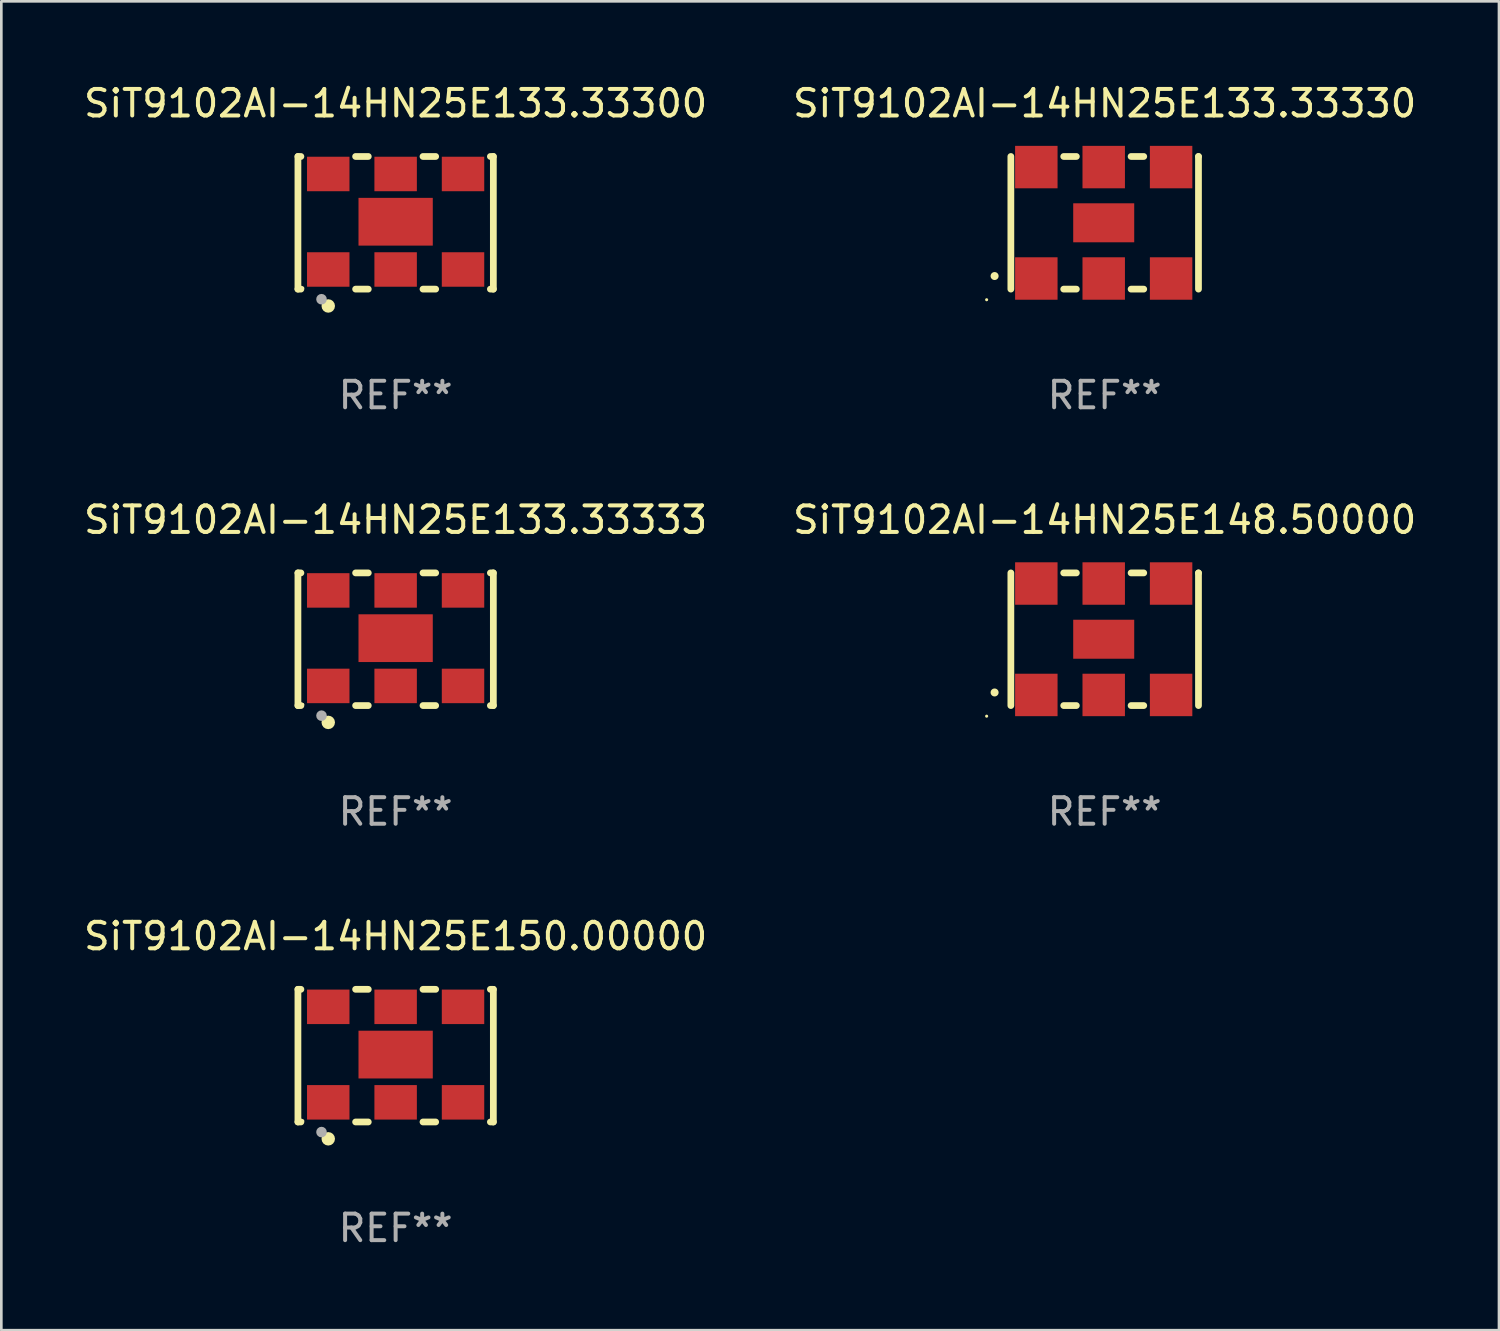
<source format=kicad_pcb>
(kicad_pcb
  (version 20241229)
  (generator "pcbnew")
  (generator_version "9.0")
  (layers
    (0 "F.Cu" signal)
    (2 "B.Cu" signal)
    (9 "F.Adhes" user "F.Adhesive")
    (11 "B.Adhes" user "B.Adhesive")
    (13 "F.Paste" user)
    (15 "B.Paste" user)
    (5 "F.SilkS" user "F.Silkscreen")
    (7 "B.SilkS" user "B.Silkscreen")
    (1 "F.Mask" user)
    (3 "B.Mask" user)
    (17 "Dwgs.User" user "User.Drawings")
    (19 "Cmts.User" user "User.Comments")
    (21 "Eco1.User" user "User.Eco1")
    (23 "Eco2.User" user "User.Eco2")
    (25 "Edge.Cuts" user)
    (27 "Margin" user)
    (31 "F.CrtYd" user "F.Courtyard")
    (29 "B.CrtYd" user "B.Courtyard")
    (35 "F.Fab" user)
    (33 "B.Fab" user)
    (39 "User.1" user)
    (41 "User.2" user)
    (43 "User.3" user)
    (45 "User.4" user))
  (footprint "SiT9102AI-14HN25E133.33333"
    (layer "F.Cu")
    (at 11.863 21.045)
    (property "Reference" "SiT9102AI-14HN25E133.33333" (at 0 -4.5 0) (layer "F.SilkS") (effects (font (size 1 1) (thickness 0.15))))
    (attr through_hole)
    (fp_line (start -3.683 -2.5) (end -3.571 -2.5) (stroke (width 0.254) (type solid)) (layer "F.SilkS"))
    (fp_line (start -3.683 2.5) (end -3.683 -2.5) (stroke (width 0.254) (type solid)) (layer "F.SilkS"))
    (fp_line (start -3.683 2.5) (end -3.571 2.5) (stroke (width 0.254) (type solid)) (layer "F.SilkS"))
    (fp_line (start -1.509 -2.5) (end -1.031 -2.5) (stroke (width 0.254) (type solid)) (layer "F.SilkS"))
    (fp_line (start -1.509 2.5) (end -1.031 2.5) (stroke (width 0.254) (type solid)) (layer "F.SilkS"))
    (fp_line (start 1.031 -2.5) (end 1.509 -2.5) (stroke (width 0.254) (type solid)) (layer "F.SilkS"))
    (fp_line (start 1.031 2.5) (end 1.509 2.5) (stroke (width 0.254) (type solid)) (layer "F.SilkS"))
    (fp_line (start 3.571 -2.5) (end 3.683 -2.5) (stroke (width 0.254) (type solid)) (layer "F.SilkS"))
    (fp_line (start 3.571 2.5) (end 3.683 2.5) (stroke (width 0.254) (type solid)) (layer "F.SilkS"))
    (fp_line (start 3.683 2.5) (end 3.683 -2.5) (stroke (width 0.254) (type solid)) (layer "F.SilkS"))
    (fp_circle (center -3.5 2.46) (end -3.47 2.46) (stroke (width 0.06) (type solid)) (fill no) (layer "F.SilkS"))
    (fp_circle (center -2.54 3.135) (end -2.413 3.135) (stroke (width 0.254) (type solid)) (fill no) (layer "F.SilkS"))
    (fp_circle (center -2.794 2.881) (end -2.694 2.881) (stroke (width 0.2) (type solid)) (fill no) (layer "F.Fab"))
    (fp_text user "REF**" (at 0 6.5 0) (layer "F.Fab") (effects (font (size 1 1) (thickness 0.15))))
    (pad "1" smd rect (at -2.54 1.76) (size 1.6 1.3) (layers "F.Cu" "F.Mask" "F.Paste"))
    (pad "2" smd rect (at 0 1.76) (size 1.6 1.3) (layers "F.Cu" "F.Mask" "F.Paste"))
    (pad "3" smd rect (at 2.54 1.76) (size 1.6 1.3) (layers "F.Cu" "F.Mask" "F.Paste"))
    (pad "4" smd rect (at 2.54 -1.84) (size 1.6 1.3) (layers "F.Cu" "F.Mask" "F.Paste"))
    (pad "5" smd rect (at 0 -1.84) (size 1.6 1.3) (layers "F.Cu" "F.Mask" "F.Paste"))
    (pad "6" smd rect (at -2.54 -1.84) (size 1.6 1.3) (layers "F.Cu" "F.Mask" "F.Paste"))
    (pad "7" smd rect (at 0 -0.04) (size 2.8 1.8) (layers "F.Cu" "F.Mask" "F.Paste")))
  (footprint "SiT9102AI-14HN25E133.33330"
    (layer "F.Cu")
    (at 38.589 5.348)
    (property "Reference" "SiT9102AI-14HN25E133.33330" (at 0 -4.5 0) (layer "F.SilkS") (effects (font (size 1 1) (thickness 0.15))))
    (attr through_hole)
    (fp_line (start -3.536 -2.5) (end -3.536 2.5) (stroke (width 0.254) (type solid)) (layer "F.SilkS"))
    (fp_line (start -1.544 2.5) (end -1.067 2.5) (stroke (width 0.254) (type solid)) (layer "F.SilkS"))
    (fp_line (start -1.067 -2.5) (end -1.544 -2.5) (stroke (width 0.254) (type solid)) (layer "F.SilkS"))
    (fp_line (start 0.996 2.5) (end 1.473 2.5) (stroke (width 0.254) (type solid)) (layer "F.SilkS"))
    (fp_line (start 1.473 -2.5) (end 0.996 -2.5) (stroke (width 0.254) (type solid)) (layer "F.SilkS"))
    (fp_line (start 3.536 -2.5) (end 3.536 -2.5) (stroke (width 0.254) (type solid)) (layer "F.SilkS"))
    (fp_line (start 3.536 2.5) (end 3.536 -2.5) (stroke (width 0.254) (type solid)) (layer "F.SilkS"))
    (fp_arc (start -4.150432 2.006604) (mid -4.149162 2.006599) (end -4.147892 2.006604) (stroke (width 0.3) (type solid)) (layer "F.SilkS"))
    (fp_circle (center -4.449 2.9) (end -4.419 2.9) (stroke (width 0.06) (type solid)) (fill no) (layer "F.SilkS"))
    (fp_text user "REF**" (at 0 6.5 0) (layer "F.Fab") (effects (font (size 1 1) (thickness 0.15))))
    (pad "1" smd rect (at -2.576 2.1) (size 1.6 1.6) (layers "F.Cu" "F.Mask" "F.Paste"))
    (pad "2" smd rect (at -0.036 2.1) (size 1.6 1.6) (layers "F.Cu" "F.Mask" "F.Paste"))
    (pad "3" smd rect (at 2.504 2.1) (size 1.6 1.6) (layers "F.Cu" "F.Mask" "F.Paste"))
    (pad "4" smd rect (at 2.504 -2.1) (size 1.6 1.6) (layers "F.Cu" "F.Mask" "F.Paste"))
    (pad "5" smd rect (at -0.036 -2.1) (size 1.6 1.6) (layers "F.Cu" "F.Mask" "F.Paste"))
    (pad "6" smd rect (at -2.576 -2.1) (size 1.6 1.6) (layers "F.Cu" "F.Mask" "F.Paste"))
    (pad "7" smd rect (at -0.036 0) (size 2.3 1.47) (layers "F.Cu" "F.Mask" "F.Paste")))
  (footprint "SiT9102AI-14HN25E148.50000"
    (layer "F.Cu")
    (at 38.589 21.045)
    (property "Reference" "SiT9102AI-14HN25E148.50000" (at 0 -4.5 0) (layer "F.SilkS") (effects (font (size 1 1) (thickness 0.15))))
    (attr through_hole)
    (fp_line (start -3.536 -2.5) (end -3.536 2.5) (stroke (width 0.254) (type solid)) (layer "F.SilkS"))
    (fp_line (start -1.544 2.5) (end -1.067 2.5) (stroke (width 0.254) (type solid)) (layer "F.SilkS"))
    (fp_line (start -1.067 -2.5) (end -1.544 -2.5) (stroke (width 0.254) (type solid)) (layer "F.SilkS"))
    (fp_line (start 0.996 2.5) (end 1.473 2.5) (stroke (width 0.254) (type solid)) (layer "F.SilkS"))
    (fp_line (start 1.473 -2.5) (end 0.996 -2.5) (stroke (width 0.254) (type solid)) (layer "F.SilkS"))
    (fp_line (start 3.536 -2.5) (end 3.536 -2.5) (stroke (width 0.254) (type solid)) (layer "F.SilkS"))
    (fp_line (start 3.536 2.5) (end 3.536 -2.5) (stroke (width 0.254) (type solid)) (layer "F.SilkS"))
    (fp_arc (start -4.150432 2.006604) (mid -4.149162 2.006599) (end -4.147892 2.006604) (stroke (width 0.3) (type solid)) (layer "F.SilkS"))
    (fp_circle (center -4.449 2.9) (end -4.419 2.9) (stroke (width 0.06) (type solid)) (fill no) (layer "F.SilkS"))
    (fp_text user "REF**" (at 0 6.5 0) (layer "F.Fab") (effects (font (size 1 1) (thickness 0.15))))
    (pad "1" smd rect (at -2.576 2.1) (size 1.6 1.6) (layers "F.Cu" "F.Mask" "F.Paste"))
    (pad "2" smd rect (at -0.036 2.1) (size 1.6 1.6) (layers "F.Cu" "F.Mask" "F.Paste"))
    (pad "3" smd rect (at 2.504 2.1) (size 1.6 1.6) (layers "F.Cu" "F.Mask" "F.Paste"))
    (pad "4" smd rect (at 2.504 -2.1) (size 1.6 1.6) (layers "F.Cu" "F.Mask" "F.Paste"))
    (pad "5" smd rect (at -0.036 -2.1) (size 1.6 1.6) (layers "F.Cu" "F.Mask" "F.Paste"))
    (pad "6" smd rect (at -2.576 -2.1) (size 1.6 1.6) (layers "F.Cu" "F.Mask" "F.Paste"))
    (pad "7" smd rect (at -0.036 0) (size 2.3 1.47) (layers "F.Cu" "F.Mask" "F.Paste")))
  (footprint "SiT9102AI-14HN25E133.33300"
    (layer "F.Cu")
    (at 11.863 5.348)
    (property "Reference" "SiT9102AI-14HN25E133.33300" (at 0 -4.5 0) (layer "F.SilkS") (effects (font (size 1 1) (thickness 0.15))))
    (attr through_hole)
    (fp_line (start -3.683 -2.5) (end -3.571 -2.5) (stroke (width 0.254) (type solid)) (layer "F.SilkS"))
    (fp_line (start -3.683 2.5) (end -3.683 -2.5) (stroke (width 0.254) (type solid)) (layer "F.SilkS"))
    (fp_line (start -3.683 2.5) (end -3.571 2.5) (stroke (width 0.254) (type solid)) (layer "F.SilkS"))
    (fp_line (start -1.509 -2.5) (end -1.031 -2.5) (stroke (width 0.254) (type solid)) (layer "F.SilkS"))
    (fp_line (start -1.509 2.5) (end -1.031 2.5) (stroke (width 0.254) (type solid)) (layer "F.SilkS"))
    (fp_line (start 1.031 -2.5) (end 1.509 -2.5) (stroke (width 0.254) (type solid)) (layer "F.SilkS"))
    (fp_line (start 1.031 2.5) (end 1.509 2.5) (stroke (width 0.254) (type solid)) (layer "F.SilkS"))
    (fp_line (start 3.571 -2.5) (end 3.683 -2.5) (stroke (width 0.254) (type solid)) (layer "F.SilkS"))
    (fp_line (start 3.571 2.5) (end 3.683 2.5) (stroke (width 0.254) (type solid)) (layer "F.SilkS"))
    (fp_line (start 3.683 2.5) (end 3.683 -2.5) (stroke (width 0.254) (type solid)) (layer "F.SilkS"))
    (fp_circle (center -3.5 2.46) (end -3.47 2.46) (stroke (width 0.06) (type solid)) (fill no) (layer "F.SilkS"))
    (fp_circle (center -2.54 3.135) (end -2.413 3.135) (stroke (width 0.254) (type solid)) (fill no) (layer "F.SilkS"))
    (fp_circle (center -2.794 2.881) (end -2.694 2.881) (stroke (width 0.2) (type solid)) (fill no) (layer "F.Fab"))
    (fp_text user "REF**" (at 0 6.5 0) (layer "F.Fab") (effects (font (size 1 1) (thickness 0.15))))
    (pad "1" smd rect (at -2.54 1.76) (size 1.6 1.3) (layers "F.Cu" "F.Mask" "F.Paste"))
    (pad "2" smd rect (at 0 1.76) (size 1.6 1.3) (layers "F.Cu" "F.Mask" "F.Paste"))
    (pad "3" smd rect (at 2.54 1.76) (size 1.6 1.3) (layers "F.Cu" "F.Mask" "F.Paste"))
    (pad "4" smd rect (at 2.54 -1.84) (size 1.6 1.3) (layers "F.Cu" "F.Mask" "F.Paste"))
    (pad "5" smd rect (at 0 -1.84) (size 1.6 1.3) (layers "F.Cu" "F.Mask" "F.Paste"))
    (pad "6" smd rect (at -2.54 -1.84) (size 1.6 1.3) (layers "F.Cu" "F.Mask" "F.Paste"))
    (pad "7" smd rect (at 0 -0.04) (size 2.8 1.8) (layers "F.Cu" "F.Mask" "F.Paste")))
  (footprint "SiT9102AI-14HN25E150.00000"
    (layer "F.Cu")
    (at 11.863 36.741)
    (property "Reference" "SiT9102AI-14HN25E150.00000" (at 0 -4.5 0) (layer "F.SilkS") (effects (font (size 1 1) (thickness 0.15))))
    (attr through_hole)
    (fp_line (start -3.683 -2.5) (end -3.571 -2.5) (stroke (width 0.254) (type solid)) (layer "F.SilkS"))
    (fp_line (start -3.683 2.5) (end -3.683 -2.5) (stroke (width 0.254) (type solid)) (layer "F.SilkS"))
    (fp_line (start -3.683 2.5) (end -3.571 2.5) (stroke (width 0.254) (type solid)) (layer "F.SilkS"))
    (fp_line (start -1.509 -2.5) (end -1.031 -2.5) (stroke (width 0.254) (type solid)) (layer "F.SilkS"))
    (fp_line (start -1.509 2.5) (end -1.031 2.5) (stroke (width 0.254) (type solid)) (layer "F.SilkS"))
    (fp_line (start 1.031 -2.5) (end 1.509 -2.5) (stroke (width 0.254) (type solid)) (layer "F.SilkS"))
    (fp_line (start 1.031 2.5) (end 1.509 2.5) (stroke (width 0.254) (type solid)) (layer "F.SilkS"))
    (fp_line (start 3.571 -2.5) (end 3.683 -2.5) (stroke (width 0.254) (type solid)) (layer "F.SilkS"))
    (fp_line (start 3.571 2.5) (end 3.683 2.5) (stroke (width 0.254) (type solid)) (layer "F.SilkS"))
    (fp_line (start 3.683 2.5) (end 3.683 -2.5) (stroke (width 0.254) (type solid)) (layer "F.SilkS"))
    (fp_circle (center -3.5 2.46) (end -3.47 2.46) (stroke (width 0.06) (type solid)) (fill no) (layer "F.SilkS"))
    (fp_circle (center -2.54 3.135) (end -2.413 3.135) (stroke (width 0.254) (type solid)) (fill no) (layer "F.SilkS"))
    (fp_circle (center -2.794 2.881) (end -2.694 2.881) (stroke (width 0.2) (type solid)) (fill no) (layer "F.Fab"))
    (fp_text user "REF**" (at 0 6.5 0) (layer "F.Fab") (effects (font (size 1 1) (thickness 0.15))))
    (pad "1" smd rect (at -2.54 1.76) (size 1.6 1.3) (layers "F.Cu" "F.Mask" "F.Paste"))
    (pad "2" smd rect (at 0 1.76) (size 1.6 1.3) (layers "F.Cu" "F.Mask" "F.Paste"))
    (pad "3" smd rect (at 2.54 1.76) (size 1.6 1.3) (layers "F.Cu" "F.Mask" "F.Paste"))
    (pad "4" smd rect (at 2.54 -1.84) (size 1.6 1.3) (layers "F.Cu" "F.Mask" "F.Paste"))
    (pad "5" smd rect (at 0 -1.84) (size 1.6 1.3) (layers "F.Cu" "F.Mask" "F.Paste"))
    (pad "6" smd rect (at -2.54 -1.84) (size 1.6 1.3) (layers "F.Cu" "F.Mask" "F.Paste"))
    (pad "7" smd rect (at 0 -0.04) (size 2.8 1.8) (layers "F.Cu" "F.Mask" "F.Paste")))
  (gr_rect
    (start -3 -3)
    (end 53.452 47.09)
    (stroke (width 0.1) (type default))
    (fill no)
    (layer "Edge.Cuts")))
</source>
